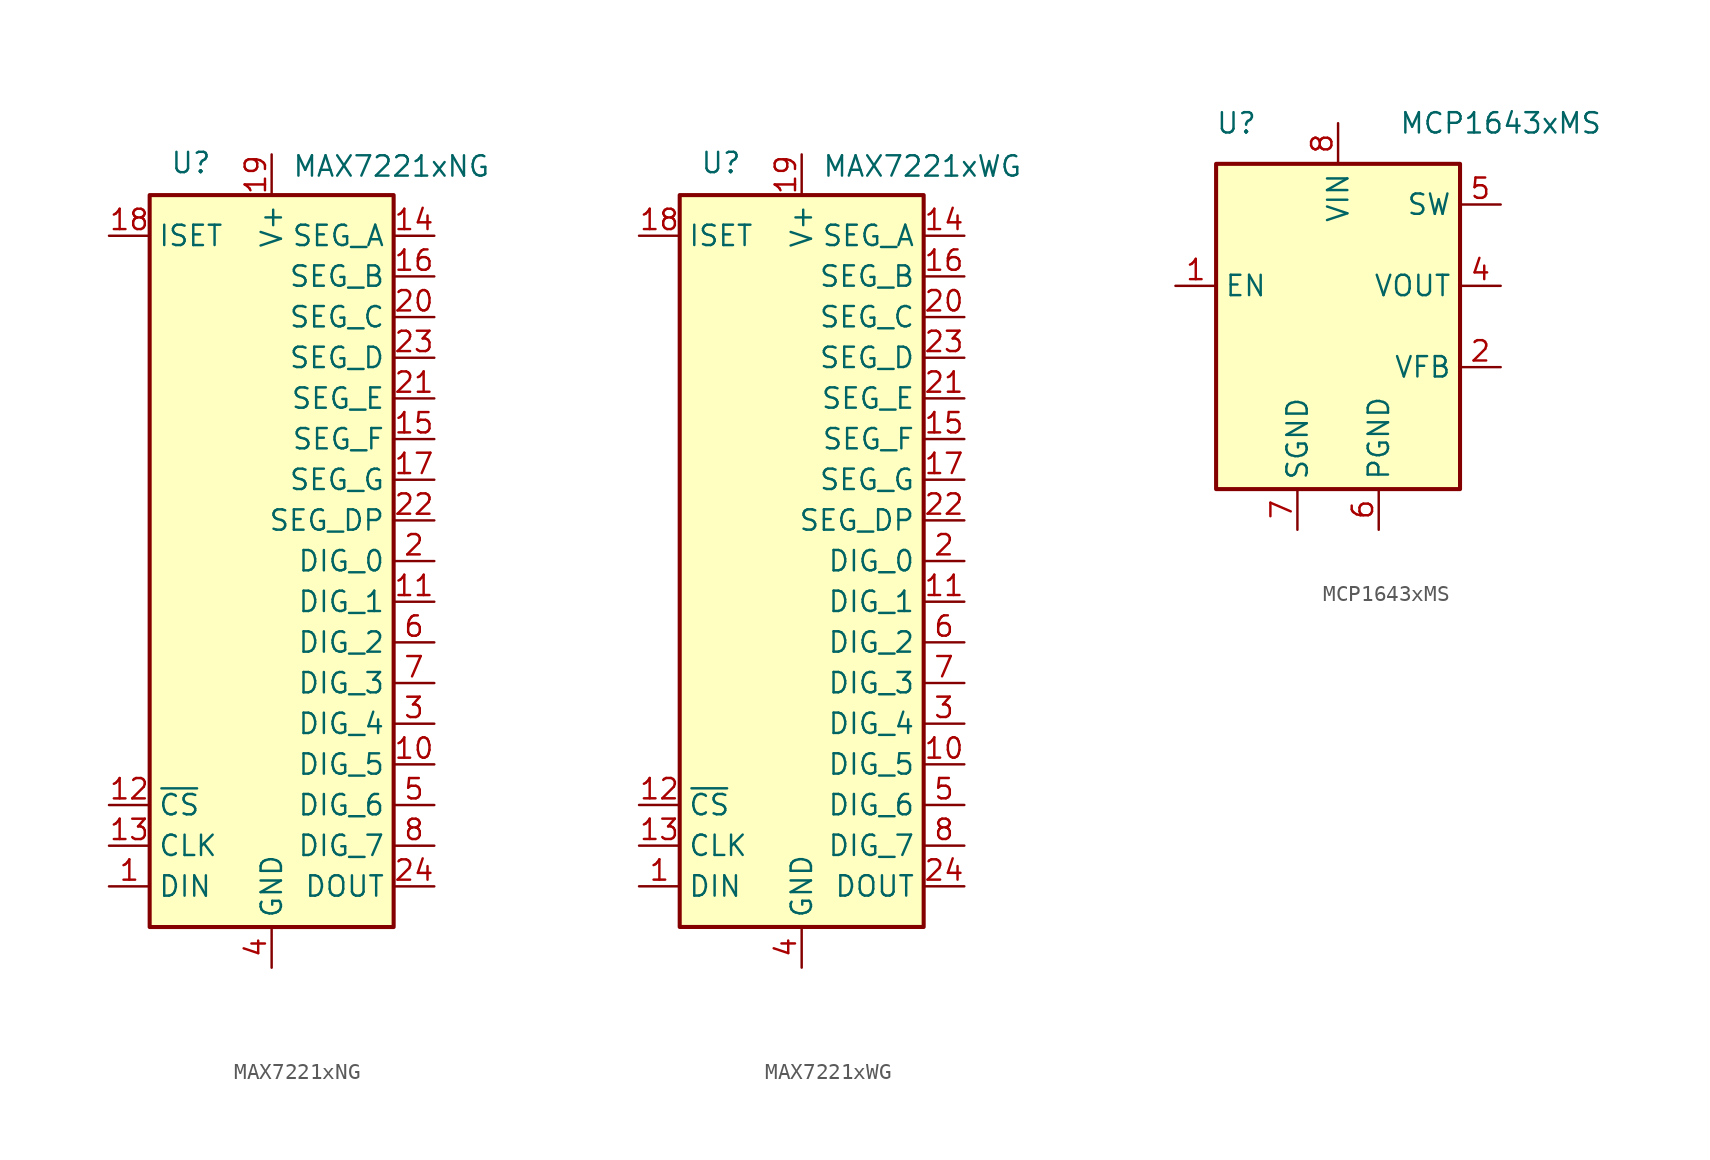
<source format=kicad_sym>
(kicad_symbol_lib
  (version 20201005)
  (generator kicad_symbol_editor)
  (symbol "MAX7221xNG"
    (property "Reference" "U"
      (at -6.35 24.13 0)
      (effects (font (size 1.27 1.27)) (justify left bottom)))
    (property "Value" "MAX7221xNG"
      (at 1.27 25.4 0)
      (effects (font (size 1.27 1.27)) (justify left top)))
    (symbol "MAX7221xNG_0_1"
      (rectangle (start -7.62 22.86) (end 7.62 -22.86) (stroke (width 0.254)) (fill (type background))))
    (symbol "MAX7221xNG_1_1"
      (pin input line (at -10.16 -20.32 0) (length 2.54) (name "DIN" (effects (font (size 1.27 1.27)))) (number "1" (effects (font (size 1.27 1.27)))))
      (pin open_collector line (at 10.16 -12.7 180) (length 2.54) (name "DIG_5" (effects (font (size 1.27 1.27)))) (number "10" (effects (font (size 1.27 1.27)))))
      (pin open_collector line (at 10.16 -2.54 180) (length 2.54) (name "DIG_1" (effects (font (size 1.27 1.27)))) (number "11" (effects (font (size 1.27 1.27)))))
      (pin input line (at -10.16 -15.24 0) (length 2.54) (name "~CS" (effects (font (size 1.27 1.27)))) (number "12" (effects (font (size 1.27 1.27)))))
      (pin input line (at -10.16 -17.78 0) (length 2.54) (name "CLK" (effects (font (size 1.27 1.27)))) (number "13" (effects (font (size 1.27 1.27)))))
      (pin open_emitter line (at 10.16 20.32 180) (length 2.54) (name "SEG_A" (effects (font (size 1.27 1.27)))) (number "14" (effects (font (size 1.27 1.27)))))
      (pin open_emitter line (at 10.16 7.62 180) (length 2.54) (name "SEG_F" (effects (font (size 1.27 1.27)))) (number "15" (effects (font (size 1.27 1.27)))))
      (pin open_emitter line (at 10.16 17.78 180) (length 2.54) (name "SEG_B" (effects (font (size 1.27 1.27)))) (number "16" (effects (font (size 1.27 1.27)))))
      (pin open_emitter line (at 10.16 5.08 180) (length 2.54) (name "SEG_G" (effects (font (size 1.27 1.27)))) (number "17" (effects (font (size 1.27 1.27)))))
      (pin input line (at -10.16 20.32 0) (length 2.54) (name "ISET" (effects (font (size 1.27 1.27)))) (number "18" (effects (font (size 1.27 1.27)))))
      (pin power_in line (at 0 25.4 270) (length 2.54) (name "V+" (effects (font (size 1.27 1.27)))) (number "19" (effects (font (size 1.27 1.27)))))
      (pin open_collector line (at 10.16 0 180) (length 2.54) (name "DIG_0" (effects (font (size 1.27 1.27)))) (number "2" (effects (font (size 1.27 1.27)))))
      (pin open_emitter line (at 10.16 15.24 180) (length 2.54) (name "SEG_C" (effects (font (size 1.27 1.27)))) (number "20" (effects (font (size 1.27 1.27)))))
      (pin open_emitter line (at 10.16 10.16 180) (length 2.54) (name "SEG_E" (effects (font (size 1.27 1.27)))) (number "21" (effects (font (size 1.27 1.27)))))
      (pin open_emitter line (at 10.16 2.54 180) (length 2.54) (name "SEG_DP" (effects (font (size 1.27 1.27)))) (number "22" (effects (font (size 1.27 1.27)))))
      (pin open_emitter line (at 10.16 12.7 180) (length 2.54) (name "SEG_D" (effects (font (size 1.27 1.27)))) (number "23" (effects (font (size 1.27 1.27)))))
      (pin output line (at 10.16 -20.32 180) (length 2.54) (name "DOUT" (effects (font (size 1.27 1.27)))) (number "24" (effects (font (size 1.27 1.27)))))
      (pin open_collector line (at 10.16 -10.16 180) (length 2.54) (name "DIG_4" (effects (font (size 1.27 1.27)))) (number "3" (effects (font (size 1.27 1.27)))))
      (pin power_in line (at 0 -25.4 90) (length 2.54) (name "GND" (effects (font (size 1.27 1.27)))) (number "4" (effects (font (size 1.27 1.27)))))
      (pin open_collector line (at 10.16 -15.24 180) (length 2.54) (name "DIG_6" (effects (font (size 1.27 1.27)))) (number "5" (effects (font (size 1.27 1.27)))))
      (pin open_collector line (at 10.16 -5.08 180) (length 2.54) (name "DIG_2" (effects (font (size 1.27 1.27)))) (number "6" (effects (font (size 1.27 1.27)))))
      (pin open_collector line (at 10.16 -7.62 180) (length 2.54) (name "DIG_3" (effects (font (size 1.27 1.27)))) (number "7" (effects (font (size 1.27 1.27)))))
      (pin open_collector line (at 10.16 -17.78 180) (length 2.54) (name "DIG_7" (effects (font (size 1.27 1.27)))) (number "8" (effects (font (size 1.27 1.27)))))
      (pin passive line (at 0 -25.4 90) (length 2.54) hide (name "GND" (effects (font (size 1.27 1.27)))) (number "9" (effects (font (size 1.27 1.27)))))))
  (symbol "MAX7221xWG"
    (property "Reference" "U"
      (at -6.35 24.13 0)
      (effects (font (size 1.27 1.27)) (justify left bottom)))
    (property "Value" "MAX7221xWG"
      (at 1.27 25.4 0)
      (effects (font (size 1.27 1.27)) (justify left top)))
    (symbol "MAX7221xWG_0_1"
      (rectangle (start -7.62 22.86) (end 7.62 -22.86) (stroke (width 0.254)) (fill (type background))))
    (symbol "MAX7221xWG_1_1"
      (pin input line (at -10.16 -20.32 0) (length 2.54) (name "DIN" (effects (font (size 1.27 1.27)))) (number "1" (effects (font (size 1.27 1.27)))))
      (pin open_collector line (at 10.16 -12.7 180) (length 2.54) (name "DIG_5" (effects (font (size 1.27 1.27)))) (number "10" (effects (font (size 1.27 1.27)))))
      (pin open_collector line (at 10.16 -2.54 180) (length 2.54) (name "DIG_1" (effects (font (size 1.27 1.27)))) (number "11" (effects (font (size 1.27 1.27)))))
      (pin input line (at -10.16 -15.24 0) (length 2.54) (name "~CS" (effects (font (size 1.27 1.27)))) (number "12" (effects (font (size 1.27 1.27)))))
      (pin input line (at -10.16 -17.78 0) (length 2.54) (name "CLK" (effects (font (size 1.27 1.27)))) (number "13" (effects (font (size 1.27 1.27)))))
      (pin open_emitter line (at 10.16 20.32 180) (length 2.54) (name "SEG_A" (effects (font (size 1.27 1.27)))) (number "14" (effects (font (size 1.27 1.27)))))
      (pin open_emitter line (at 10.16 7.62 180) (length 2.54) (name "SEG_F" (effects (font (size 1.27 1.27)))) (number "15" (effects (font (size 1.27 1.27)))))
      (pin open_emitter line (at 10.16 17.78 180) (length 2.54) (name "SEG_B" (effects (font (size 1.27 1.27)))) (number "16" (effects (font (size 1.27 1.27)))))
      (pin open_emitter line (at 10.16 5.08 180) (length 2.54) (name "SEG_G" (effects (font (size 1.27 1.27)))) (number "17" (effects (font (size 1.27 1.27)))))
      (pin input line (at -10.16 20.32 0) (length 2.54) (name "ISET" (effects (font (size 1.27 1.27)))) (number "18" (effects (font (size 1.27 1.27)))))
      (pin power_in line (at 0 25.4 270) (length 2.54) (name "V+" (effects (font (size 1.27 1.27)))) (number "19" (effects (font (size 1.27 1.27)))))
      (pin open_collector line (at 10.16 0 180) (length 2.54) (name "DIG_0" (effects (font (size 1.27 1.27)))) (number "2" (effects (font (size 1.27 1.27)))))
      (pin open_emitter line (at 10.16 15.24 180) (length 2.54) (name "SEG_C" (effects (font (size 1.27 1.27)))) (number "20" (effects (font (size 1.27 1.27)))))
      (pin open_emitter line (at 10.16 10.16 180) (length 2.54) (name "SEG_E" (effects (font (size 1.27 1.27)))) (number "21" (effects (font (size 1.27 1.27)))))
      (pin open_emitter line (at 10.16 2.54 180) (length 2.54) (name "SEG_DP" (effects (font (size 1.27 1.27)))) (number "22" (effects (font (size 1.27 1.27)))))
      (pin open_emitter line (at 10.16 12.7 180) (length 2.54) (name "SEG_D" (effects (font (size 1.27 1.27)))) (number "23" (effects (font (size 1.27 1.27)))))
      (pin output line (at 10.16 -20.32 180) (length 2.54) (name "DOUT" (effects (font (size 1.27 1.27)))) (number "24" (effects (font (size 1.27 1.27)))))
      (pin open_collector line (at 10.16 -10.16 180) (length 2.54) (name "DIG_4" (effects (font (size 1.27 1.27)))) (number "3" (effects (font (size 1.27 1.27)))))
      (pin power_in line (at 0 -25.4 90) (length 2.54) (name "GND" (effects (font (size 1.27 1.27)))) (number "4" (effects (font (size 1.27 1.27)))))
      (pin open_collector line (at 10.16 -15.24 180) (length 2.54) (name "DIG_6" (effects (font (size 1.27 1.27)))) (number "5" (effects (font (size 1.27 1.27)))))
      (pin open_collector line (at 10.16 -5.08 180) (length 2.54) (name "DIG_2" (effects (font (size 1.27 1.27)))) (number "6" (effects (font (size 1.27 1.27)))))
      (pin open_collector line (at 10.16 -7.62 180) (length 2.54) (name "DIG_3" (effects (font (size 1.27 1.27)))) (number "7" (effects (font (size 1.27 1.27)))))
      (pin open_collector line (at 10.16 -17.78 180) (length 2.54) (name "DIG_7" (effects (font (size 1.27 1.27)))) (number "8" (effects (font (size 1.27 1.27)))))
      (pin passive line (at 0 -25.4 90) (length 2.54) hide (name "GND" (effects (font (size 1.27 1.27)))) (number "9" (effects (font (size 1.27 1.27)))))))
  (symbol "MCP1643xMS"
    (property "Reference" "U"
      (at -6.35 12.7 0)
      (effects (font (size 1.27 1.27))))
    (property "Value" "MCP1643xMS"
      (at 10.16 12.7 0)
      (effects (font (size 1.27 1.27))))
    (symbol "MCP1643xMS_0_1"
      (rectangle (start -7.62 10.16) (end 7.62 -10.16) (stroke (width 0.254)) (fill (type background))))
    (symbol "MCP1643xMS_1_1"
      (pin input line (at -10.16 2.54 0) (length 2.54) (name "EN" (effects (font (size 1.27 1.27)))) (number "1" (effects (font (size 1.27 1.27)))))
      (pin input line (at 10.16 -2.54 180) (length 2.54) (name "VFB" (effects (font (size 1.27 1.27)))) (number "2" (effects (font (size 1.27 1.27)))))
      (pin no_connect line (at -7.62 -2.54 0) (length 2.54) hide (name "NC" (effects (font (size 1.27 1.27)))) (number "3" (effects (font (size 1.27 1.27)))))
      (pin power_out line (at 10.16 2.54 180) (length 2.54) (name "VOUT" (effects (font (size 1.27 1.27)))) (number "4" (effects (font (size 1.27 1.27)))))
      (pin passive line (at 10.16 7.62 180) (length 2.54) (name "SW" (effects (font (size 1.27 1.27)))) (number "5" (effects (font (size 1.27 1.27)))))
      (pin power_in line (at 2.54 -12.7 90) (length 2.54) (name "PGND" (effects (font (size 1.27 1.27)))) (number "6" (effects (font (size 1.27 1.27)))))
      (pin power_in line (at -2.54 -12.7 90) (length 2.54) (name "SGND" (effects (font (size 1.27 1.27)))) (number "7" (effects (font (size 1.27 1.27)))))
      (pin power_in line (at 0 12.7 270) (length 2.54) (name "VIN" (effects (font (size 1.27 1.27)))) (number "8" (effects (font (size 1.27 1.27))))))))
</source>
